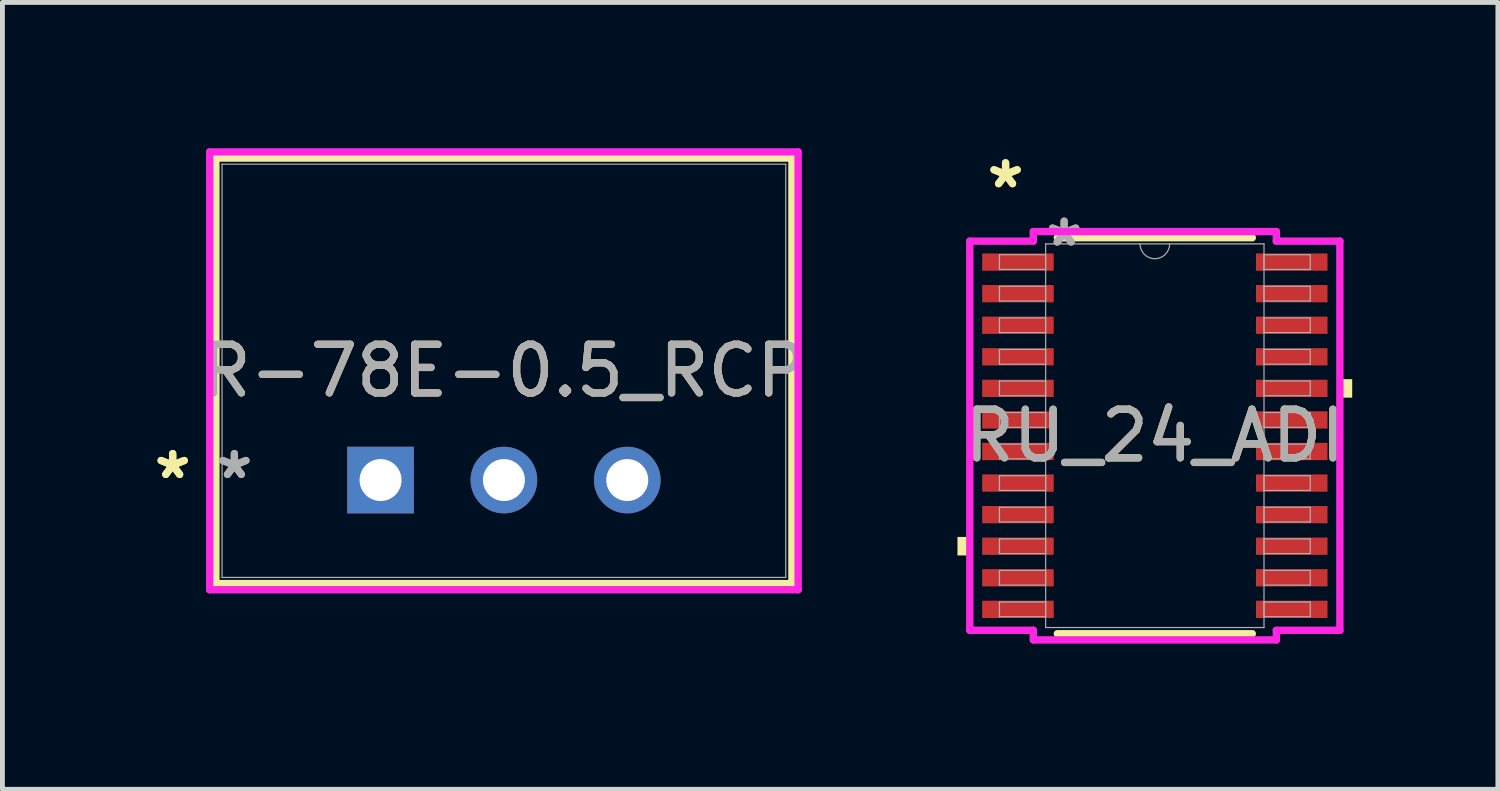
<source format=kicad_pcb>
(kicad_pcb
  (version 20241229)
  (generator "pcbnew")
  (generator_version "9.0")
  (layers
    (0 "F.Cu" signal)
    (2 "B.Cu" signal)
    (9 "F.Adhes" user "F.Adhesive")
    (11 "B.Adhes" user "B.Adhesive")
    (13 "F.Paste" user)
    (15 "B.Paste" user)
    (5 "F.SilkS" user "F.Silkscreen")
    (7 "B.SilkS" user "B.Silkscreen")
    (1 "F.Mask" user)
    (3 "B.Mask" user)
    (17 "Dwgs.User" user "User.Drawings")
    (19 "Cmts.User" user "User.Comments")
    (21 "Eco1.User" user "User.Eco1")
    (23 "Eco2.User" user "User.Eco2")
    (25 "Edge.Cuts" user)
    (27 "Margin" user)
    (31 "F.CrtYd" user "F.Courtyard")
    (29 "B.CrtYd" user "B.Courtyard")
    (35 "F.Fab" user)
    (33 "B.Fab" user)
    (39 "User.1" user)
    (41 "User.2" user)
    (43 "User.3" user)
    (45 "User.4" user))
  (footprint "R-78E-0.5_RCP"
    (layer "F.Cu")
    (at 4.786 6.835)
    (property "Reference" "R-78E-0.5_RCP" (at 2.54 -2.25 0) (unlocked yes) (layer "F.SilkS") (effects (font (size 1 1) (thickness 0.15))))
    (attr through_hole)
    (fp_line (start -3.391 -6.631) (end -3.391 2.132) (stroke (width 0.152) (type solid)) (layer "F.SilkS"))
    (fp_line (start -3.391 2.132) (end 8.471 2.132) (stroke (width 0.152) (type solid)) (layer "F.SilkS"))
    (fp_line (start 8.471 -6.631) (end -3.391 -6.631) (stroke (width 0.152) (type solid)) (layer "F.SilkS"))
    (fp_line (start 8.471 2.132) (end 8.471 -6.631) (stroke (width 0.152) (type solid)) (layer "F.SilkS"))
    (fp_line (start -3.518 -6.758) (end 8.598 -6.758) (stroke (width 0.152) (type solid)) (layer "F.CrtYd"))
    (fp_line (start -3.518 2.259) (end -3.518 -6.758) (stroke (width 0.152) (type solid)) (layer "F.CrtYd"))
    (fp_line (start 8.598 -6.758) (end 8.598 2.259) (stroke (width 0.152) (type solid)) (layer "F.CrtYd"))
    (fp_line (start 8.598 2.259) (end -3.518 2.259) (stroke (width 0.152) (type solid)) (layer "F.CrtYd"))
    (fp_line (start -3.264 -6.504) (end -3.264 2.005) (stroke (width 0.025) (type solid)) (layer "F.Fab"))
    (fp_line (start -3.264 2.005) (end 8.344 2.005) (stroke (width 0.025) (type solid)) (layer "F.Fab"))
    (fp_line (start 8.344 -6.504) (end -3.264 -6.504) (stroke (width 0.025) (type solid)) (layer "F.Fab"))
    (fp_line (start 8.344 2.005) (end 8.344 -6.504) (stroke (width 0.025) (type solid)) (layer "F.Fab"))
    (fp_text user "*" (at -4.28 0 0) (layer "F.SilkS") (effects (font (size 1 1) (thickness 0.15))))
    (fp_text user "*" (at -4.28 0 0) (unlocked yes) (layer "F.SilkS") (effects (font (size 1 1) (thickness 0.15))))
    (fp_text user "*" (at -3.01 0 0) (layer "F.Fab") (effects (font (size 1 1) (thickness 0.15))))
    (fp_text user "*" (at -3.01 0 0) (unlocked yes) (layer "F.Fab") (effects (font (size 1 1) (thickness 0.15))))
    (fp_text user "${REFERENCE}" (at 2.54 -2.25 0) (unlocked yes) (layer "F.Fab") (effects (font (size 1 1) (thickness 0.15))))
    (pad "1" thru_hole rect (at 0 0) (size 1.372 1.372) (drill 0.864) (layers "*.Cu" "*.Mask"))
    (pad "2" thru_hole circle (at 2.54 0) (size 1.372 1.372) (drill 0.864) (layers "*.Cu" "*.Mask"))
    (pad "3" thru_hole circle (at 5.08 0) (size 1.372 1.372) (drill 0.864) (layers "*.Cu" "*.Mask")))
  (footprint "RU_24_ADI"
    (layer "F.Cu")
    (at 20.729 5.922)
    (property "Reference" "RU_24_ADI" (at 0 0 0) (unlocked yes) (layer "F.SilkS") (effects (font (size 1 1) (thickness 0.15))))
    (attr smd)
    (fp_line (start -2.007 4.077) (end 2.007 4.077) (stroke (width 0.152) (type solid)) (layer "F.SilkS"))
    (fp_line (start 2.007 -4.077) (end -2.007 -4.077) (stroke (width 0.152) (type solid)) (layer "F.SilkS"))
    (fp_poly (pts (xy -4.064 2.084) (xy -4.064 2.465) (xy -3.81 2.465) (xy -3.81 2.084)) (stroke (width 0) (type solid)) (fill yes) (layer "F.SilkS"))
    (fp_poly (pts (xy 4.064 -1.165) (xy 4.064 -0.784) (xy 3.81 -0.784) (xy 3.81 -1.165)) (stroke (width 0) (type solid)) (fill yes) (layer "F.SilkS"))
    (fp_line (start -3.81 -4.007) (end -2.502 -4.007) (stroke (width 0.152) (type solid)) (layer "F.CrtYd"))
    (fp_line (start -3.81 4.007) (end -3.81 -4.007) (stroke (width 0.152) (type solid)) (layer "F.CrtYd"))
    (fp_line (start -3.81 4.007) (end -2.502 4.007) (stroke (width 0.152) (type solid)) (layer "F.CrtYd"))
    (fp_line (start -2.502 -4.204) (end 2.502 -4.204) (stroke (width 0.152) (type solid)) (layer "F.CrtYd"))
    (fp_line (start -2.502 -4.007) (end -2.502 -4.204) (stroke (width 0.152) (type solid)) (layer "F.CrtYd"))
    (fp_line (start -2.502 4.204) (end -2.502 4.007) (stroke (width 0.152) (type solid)) (layer "F.CrtYd"))
    (fp_line (start 2.502 -4.204) (end 2.502 -4.007) (stroke (width 0.152) (type solid)) (layer "F.CrtYd"))
    (fp_line (start 2.502 4.007) (end 2.502 4.204) (stroke (width 0.152) (type solid)) (layer "F.CrtYd"))
    (fp_line (start 2.502 4.204) (end -2.502 4.204) (stroke (width 0.152) (type solid)) (layer "F.CrtYd"))
    (fp_line (start 3.81 -4.007) (end 2.502 -4.007) (stroke (width 0.152) (type solid)) (layer "F.CrtYd"))
    (fp_line (start 3.81 -4.007) (end 3.81 4.007) (stroke (width 0.152) (type solid)) (layer "F.CrtYd"))
    (fp_line (start 3.81 4.007) (end 2.502 4.007) (stroke (width 0.152) (type solid)) (layer "F.CrtYd"))
    (fp_line (start -3.2 -3.727) (end -3.2 -3.423) (stroke (width 0.025) (type solid)) (layer "F.Fab"))
    (fp_line (start -3.2 -3.423) (end -2.248 -3.423) (stroke (width 0.025) (type solid)) (layer "F.Fab"))
    (fp_line (start -3.2 -3.077) (end -3.2 -2.773) (stroke (width 0.025) (type solid)) (layer "F.Fab"))
    (fp_line (start -3.2 -2.773) (end -2.248 -2.773) (stroke (width 0.025) (type solid)) (layer "F.Fab"))
    (fp_line (start -3.2 -2.427) (end -3.2 -2.123) (stroke (width 0.025) (type solid)) (layer "F.Fab"))
    (fp_line (start -3.2 -2.123) (end -2.248 -2.123) (stroke (width 0.025) (type solid)) (layer "F.Fab"))
    (fp_line (start -3.2 -1.777) (end -3.2 -1.473) (stroke (width 0.025) (type solid)) (layer "F.Fab"))
    (fp_line (start -3.2 -1.473) (end -2.248 -1.473) (stroke (width 0.025) (type solid)) (layer "F.Fab"))
    (fp_line (start -3.2 -1.127) (end -3.2 -0.823) (stroke (width 0.025) (type solid)) (layer "F.Fab"))
    (fp_line (start -3.2 -0.823) (end -2.248 -0.823) (stroke (width 0.025) (type solid)) (layer "F.Fab"))
    (fp_line (start -3.2 -0.477) (end -3.2 -0.173) (stroke (width 0.025) (type solid)) (layer "F.Fab"))
    (fp_line (start -3.2 -0.173) (end -2.248 -0.173) (stroke (width 0.025) (type solid)) (layer "F.Fab"))
    (fp_line (start -3.2 0.173) (end -3.2 0.477) (stroke (width 0.025) (type solid)) (layer "F.Fab"))
    (fp_line (start -3.2 0.477) (end -2.248 0.477) (stroke (width 0.025) (type solid)) (layer "F.Fab"))
    (fp_line (start -3.2 0.823) (end -3.2 1.127) (stroke (width 0.025) (type solid)) (layer "F.Fab"))
    (fp_line (start -3.2 1.127) (end -2.248 1.127) (stroke (width 0.025) (type solid)) (layer "F.Fab"))
    (fp_line (start -3.2 1.473) (end -3.2 1.777) (stroke (width 0.025) (type solid)) (layer "F.Fab"))
    (fp_line (start -3.2 1.777) (end -2.248 1.777) (stroke (width 0.025) (type solid)) (layer "F.Fab"))
    (fp_line (start -3.2 2.123) (end -3.2 2.427) (stroke (width 0.025) (type solid)) (layer "F.Fab"))
    (fp_line (start -3.2 2.427) (end -2.248 2.427) (stroke (width 0.025) (type solid)) (layer "F.Fab"))
    (fp_line (start -3.2 2.773) (end -3.2 3.077) (stroke (width 0.025) (type solid)) (layer "F.Fab"))
    (fp_line (start -3.2 3.077) (end -2.248 3.077) (stroke (width 0.025) (type solid)) (layer "F.Fab"))
    (fp_line (start -3.2 3.423) (end -3.2 3.727) (stroke (width 0.025) (type solid)) (layer "F.Fab"))
    (fp_line (start -3.2 3.727) (end -2.248 3.727) (stroke (width 0.025) (type solid)) (layer "F.Fab"))
    (fp_line (start -2.248 -3.95) (end -2.248 3.95) (stroke (width 0.025) (type solid)) (layer "F.Fab"))
    (fp_line (start -2.248 -3.727) (end -3.2 -3.727) (stroke (width 0.025) (type solid)) (layer "F.Fab"))
    (fp_line (start -2.248 -3.423) (end -2.248 -3.727) (stroke (width 0.025) (type solid)) (layer "F.Fab"))
    (fp_line (start -2.248 -3.077) (end -3.2 -3.077) (stroke (width 0.025) (type solid)) (layer "F.Fab"))
    (fp_line (start -2.248 -2.773) (end -2.248 -3.077) (stroke (width 0.025) (type solid)) (layer "F.Fab"))
    (fp_line (start -2.248 -2.427) (end -3.2 -2.427) (stroke (width 0.025) (type solid)) (layer "F.Fab"))
    (fp_line (start -2.248 -2.123) (end -2.248 -2.427) (stroke (width 0.025) (type solid)) (layer "F.Fab"))
    (fp_line (start -2.248 -1.777) (end -3.2 -1.777) (stroke (width 0.025) (type solid)) (layer "F.Fab"))
    (fp_line (start -2.248 -1.473) (end -2.248 -1.777) (stroke (width 0.025) (type solid)) (layer "F.Fab"))
    (fp_line (start -2.248 -1.127) (end -3.2 -1.127) (stroke (width 0.025) (type solid)) (layer "F.Fab"))
    (fp_line (start -2.248 -0.823) (end -2.248 -1.127) (stroke (width 0.025) (type solid)) (layer "F.Fab"))
    (fp_line (start -2.248 -0.477) (end -3.2 -0.477) (stroke (width 0.025) (type solid)) (layer "F.Fab"))
    (fp_line (start -2.248 -0.173) (end -2.248 -0.477) (stroke (width 0.025) (type solid)) (layer "F.Fab"))
    (fp_line (start -2.248 0.173) (end -3.2 0.173) (stroke (width 0.025) (type solid)) (layer "F.Fab"))
    (fp_line (start -2.248 0.477) (end -2.248 0.173) (stroke (width 0.025) (type solid)) (layer "F.Fab"))
    (fp_line (start -2.248 0.823) (end -3.2 0.823) (stroke (width 0.025) (type solid)) (layer "F.Fab"))
    (fp_line (start -2.248 1.127) (end -2.248 0.823) (stroke (width 0.025) (type solid)) (layer "F.Fab"))
    (fp_line (start -2.248 1.473) (end -3.2 1.473) (stroke (width 0.025) (type solid)) (layer "F.Fab"))
    (fp_line (start -2.248 1.777) (end -2.248 1.473) (stroke (width 0.025) (type solid)) (layer "F.Fab"))
    (fp_line (start -2.248 2.123) (end -3.2 2.123) (stroke (width 0.025) (type solid)) (layer "F.Fab"))
    (fp_line (start -2.248 2.427) (end -2.248 2.123) (stroke (width 0.025) (type solid)) (layer "F.Fab"))
    (fp_line (start -2.248 2.773) (end -3.2 2.773) (stroke (width 0.025) (type solid)) (layer "F.Fab"))
    (fp_line (start -2.248 3.077) (end -2.248 2.773) (stroke (width 0.025) (type solid)) (layer "F.Fab"))
    (fp_line (start -2.248 3.423) (end -3.2 3.423) (stroke (width 0.025) (type solid)) (layer "F.Fab"))
    (fp_line (start -2.248 3.727) (end -2.248 3.423) (stroke (width 0.025) (type solid)) (layer "F.Fab"))
    (fp_line (start -2.248 3.95) (end 2.248 3.95) (stroke (width 0.025) (type solid)) (layer "F.Fab"))
    (fp_line (start 2.248 -3.95) (end -2.248 -3.95) (stroke (width 0.025) (type solid)) (layer "F.Fab"))
    (fp_line (start 2.248 -3.727) (end 2.248 -3.423) (stroke (width 0.025) (type solid)) (layer "F.Fab"))
    (fp_line (start 2.248 -3.423) (end 3.2 -3.423) (stroke (width 0.025) (type solid)) (layer "F.Fab"))
    (fp_line (start 2.248 -3.077) (end 2.248 -2.773) (stroke (width 0.025) (type solid)) (layer "F.Fab"))
    (fp_line (start 2.248 -2.773) (end 3.2 -2.773) (stroke (width 0.025) (type solid)) (layer "F.Fab"))
    (fp_line (start 2.248 -2.427) (end 2.248 -2.123) (stroke (width 0.025) (type solid)) (layer "F.Fab"))
    (fp_line (start 2.248 -2.123) (end 3.2 -2.123) (stroke (width 0.025) (type solid)) (layer "F.Fab"))
    (fp_line (start 2.248 -1.777) (end 2.248 -1.473) (stroke (width 0.025) (type solid)) (layer "F.Fab"))
    (fp_line (start 2.248 -1.473) (end 3.2 -1.473) (stroke (width 0.025) (type solid)) (layer "F.Fab"))
    (fp_line (start 2.248 -1.127) (end 2.248 -0.823) (stroke (width 0.025) (type solid)) (layer "F.Fab"))
    (fp_line (start 2.248 -0.823) (end 3.2 -0.823) (stroke (width 0.025) (type solid)) (layer "F.Fab"))
    (fp_line (start 2.248 -0.477) (end 2.248 -0.173) (stroke (width 0.025) (type solid)) (layer "F.Fab"))
    (fp_line (start 2.248 -0.173) (end 3.2 -0.173) (stroke (width 0.025) (type solid)) (layer "F.Fab"))
    (fp_line (start 2.248 0.173) (end 2.248 0.477) (stroke (width 0.025) (type solid)) (layer "F.Fab"))
    (fp_line (start 2.248 0.477) (end 3.2 0.477) (stroke (width 0.025) (type solid)) (layer "F.Fab"))
    (fp_line (start 2.248 0.823) (end 2.248 1.127) (stroke (width 0.025) (type solid)) (layer "F.Fab"))
    (fp_line (start 2.248 1.127) (end 3.2 1.127) (stroke (width 0.025) (type solid)) (layer "F.Fab"))
    (fp_line (start 2.248 1.473) (end 2.248 1.777) (stroke (width 0.025) (type solid)) (layer "F.Fab"))
    (fp_line (start 2.248 1.777) (end 3.2 1.777) (stroke (width 0.025) (type solid)) (layer "F.Fab"))
    (fp_line (start 2.248 2.123) (end 2.248 2.427) (stroke (width 0.025) (type solid)) (layer "F.Fab"))
    (fp_line (start 2.248 2.427) (end 3.2 2.427) (stroke (width 0.025) (type solid)) (layer "F.Fab"))
    (fp_line (start 2.248 2.773) (end 2.248 3.077) (stroke (width 0.025) (type solid)) (layer "F.Fab"))
    (fp_line (start 2.248 3.077) (end 3.2 3.077) (stroke (width 0.025) (type solid)) (layer "F.Fab"))
    (fp_line (start 2.248 3.423) (end 2.248 3.727) (stroke (width 0.025) (type solid)) (layer "F.Fab"))
    (fp_line (start 2.248 3.727) (end 3.2 3.727) (stroke (width 0.025) (type solid)) (layer "F.Fab"))
    (fp_line (start 2.248 3.95) (end 2.248 -3.95) (stroke (width 0.025) (type solid)) (layer "F.Fab"))
    (fp_line (start 3.2 -3.727) (end 2.248 -3.727) (stroke (width 0.025) (type solid)) (layer "F.Fab"))
    (fp_line (start 3.2 -3.423) (end 3.2 -3.727) (stroke (width 0.025) (type solid)) (layer "F.Fab"))
    (fp_line (start 3.2 -3.077) (end 2.248 -3.077) (stroke (width 0.025) (type solid)) (layer "F.Fab"))
    (fp_line (start 3.2 -2.773) (end 3.2 -3.077) (stroke (width 0.025) (type solid)) (layer "F.Fab"))
    (fp_line (start 3.2 -2.427) (end 2.248 -2.427) (stroke (width 0.025) (type solid)) (layer "F.Fab"))
    (fp_line (start 3.2 -2.123) (end 3.2 -2.427) (stroke (width 0.025) (type solid)) (layer "F.Fab"))
    (fp_line (start 3.2 -1.777) (end 2.248 -1.777) (stroke (width 0.025) (type solid)) (layer "F.Fab"))
    (fp_line (start 3.2 -1.473) (end 3.2 -1.777) (stroke (width 0.025) (type solid)) (layer "F.Fab"))
    (fp_line (start 3.2 -1.127) (end 2.248 -1.127) (stroke (width 0.025) (type solid)) (layer "F.Fab"))
    (fp_line (start 3.2 -0.823) (end 3.2 -1.127) (stroke (width 0.025) (type solid)) (layer "F.Fab"))
    (fp_line (start 3.2 -0.477) (end 2.248 -0.477) (stroke (width 0.025) (type solid)) (layer "F.Fab"))
    (fp_line (start 3.2 -0.173) (end 3.2 -0.477) (stroke (width 0.025) (type solid)) (layer "F.Fab"))
    (fp_line (start 3.2 0.173) (end 2.248 0.173) (stroke (width 0.025) (type solid)) (layer "F.Fab"))
    (fp_line (start 3.2 0.477) (end 3.2 0.173) (stroke (width 0.025) (type solid)) (layer "F.Fab"))
    (fp_line (start 3.2 0.823) (end 2.248 0.823) (stroke (width 0.025) (type solid)) (layer "F.Fab"))
    (fp_line (start 3.2 1.127) (end 3.2 0.823) (stroke (width 0.025) (type solid)) (layer "F.Fab"))
    (fp_line (start 3.2 1.473) (end 2.248 1.473) (stroke (width 0.025) (type solid)) (layer "F.Fab"))
    (fp_line (start 3.2 1.777) (end 3.2 1.473) (stroke (width 0.025) (type solid)) (layer "F.Fab"))
    (fp_line (start 3.2 2.123) (end 2.248 2.123) (stroke (width 0.025) (type solid)) (layer "F.Fab"))
    (fp_line (start 3.2 2.427) (end 3.2 2.123) (stroke (width 0.025) (type solid)) (layer "F.Fab"))
    (fp_line (start 3.2 2.773) (end 2.248 2.773) (stroke (width 0.025) (type solid)) (layer "F.Fab"))
    (fp_line (start 3.2 3.077) (end 3.2 2.773) (stroke (width 0.025) (type solid)) (layer "F.Fab"))
    (fp_line (start 3.2 3.423) (end 2.248 3.423) (stroke (width 0.025) (type solid)) (layer "F.Fab"))
    (fp_line (start 3.2 3.727) (end 3.2 3.423) (stroke (width 0.025) (type solid)) (layer "F.Fab"))
    (fp_arc (start 0.3048 -3.9497) (mid 0 -3.6449) (end -0.3048 -3.9497) (stroke (width 0.0254) (type solid)) (layer "F.Fab"))
    (fp_text user "*" (at -3.073 -5.074 0) (layer "F.SilkS") (effects (font (size 1 1) (thickness 0.15))))
    (fp_text user "*" (at -3.073 -5.074 0) (unlocked yes) (layer "F.SilkS") (effects (font (size 1 1) (thickness 0.15))))
    (fp_text user "*" (at -1.867 -3.873 0) (layer "F.Fab") (effects (font (size 1 1) (thickness 0.15))))
    (fp_text user "*" (at -1.867 -3.873 0) (unlocked yes) (layer "F.Fab") (effects (font (size 1 1) (thickness 0.15))))
    (fp_text user "${REFERENCE}" (at 0 0 0) (unlocked yes) (layer "F.Fab") (effects (font (size 1 1) (thickness 0.15))))
    (pad "1" smd rect (at -2.819 -3.575) (size 1.473 0.356) (layers "F.Cu" "F.Mask" "F.Paste"))
    (pad "2" smd rect (at -2.819 -2.925) (size 1.473 0.356) (layers "F.Cu" "F.Mask" "F.Paste"))
    (pad "3" smd rect (at -2.819 -2.275) (size 1.473 0.356) (layers "F.Cu" "F.Mask" "F.Paste"))
    (pad "4" smd rect (at -2.819 -1.625) (size 1.473 0.356) (layers "F.Cu" "F.Mask" "F.Paste"))
    (pad "5" smd rect (at -2.819 -0.975) (size 1.473 0.356) (layers "F.Cu" "F.Mask" "F.Paste"))
    (pad "6" smd rect (at -2.819 -0.325) (size 1.473 0.356) (layers "F.Cu" "F.Mask" "F.Paste"))
    (pad "7" smd rect (at -2.819 0.325) (size 1.473 0.356) (layers "F.Cu" "F.Mask" "F.Paste"))
    (pad "8" smd rect (at -2.819 0.975) (size 1.473 0.356) (layers "F.Cu" "F.Mask" "F.Paste"))
    (pad "9" smd rect (at -2.819 1.625) (size 1.473 0.356) (layers "F.Cu" "F.Mask" "F.Paste"))
    (pad "10" smd rect (at -2.819 2.275) (size 1.473 0.356) (layers "F.Cu" "F.Mask" "F.Paste"))
    (pad "11" smd rect (at -2.819 2.925) (size 1.473 0.356) (layers "F.Cu" "F.Mask" "F.Paste"))
    (pad "12" smd rect (at -2.819 3.575) (size 1.473 0.356) (layers "F.Cu" "F.Mask" "F.Paste"))
    (pad "13" smd rect (at 2.819 3.575) (size 1.473 0.356) (layers "F.Cu" "F.Mask" "F.Paste"))
    (pad "14" smd rect (at 2.819 2.925) (size 1.473 0.356) (layers "F.Cu" "F.Mask" "F.Paste"))
    (pad "15" smd rect (at 2.819 2.275) (size 1.473 0.356) (layers "F.Cu" "F.Mask" "F.Paste"))
    (pad "16" smd rect (at 2.819 1.625) (size 1.473 0.356) (layers "F.Cu" "F.Mask" "F.Paste"))
    (pad "17" smd rect (at 2.819 0.975) (size 1.473 0.356) (layers "F.Cu" "F.Mask" "F.Paste"))
    (pad "18" smd rect (at 2.819 0.325) (size 1.473 0.356) (layers "F.Cu" "F.Mask" "F.Paste"))
    (pad "19" smd rect (at 2.819 -0.325) (size 1.473 0.356) (layers "F.Cu" "F.Mask" "F.Paste"))
    (pad "20" smd rect (at 2.819 -0.975) (size 1.473 0.356) (layers "F.Cu" "F.Mask" "F.Paste"))
    (pad "21" smd rect (at 2.819 -1.625) (size 1.473 0.356) (layers "F.Cu" "F.Mask" "F.Paste"))
    (pad "22" smd rect (at 2.819 -2.275) (size 1.473 0.356) (layers "F.Cu" "F.Mask" "F.Paste"))
    (pad "23" smd rect (at 2.819 -2.925) (size 1.473 0.356) (layers "F.Cu" "F.Mask" "F.Paste"))
    (pad "24" smd rect (at 2.819 -3.575) (size 1.473 0.356) (layers "F.Cu" "F.Mask" "F.Paste")))
  (gr_rect
    (start -3 -3)
    (end 27.793 13.202)
    (stroke (width 0.1) (type default))
    (fill no)
    (layer "Edge.Cuts")))
</source>
